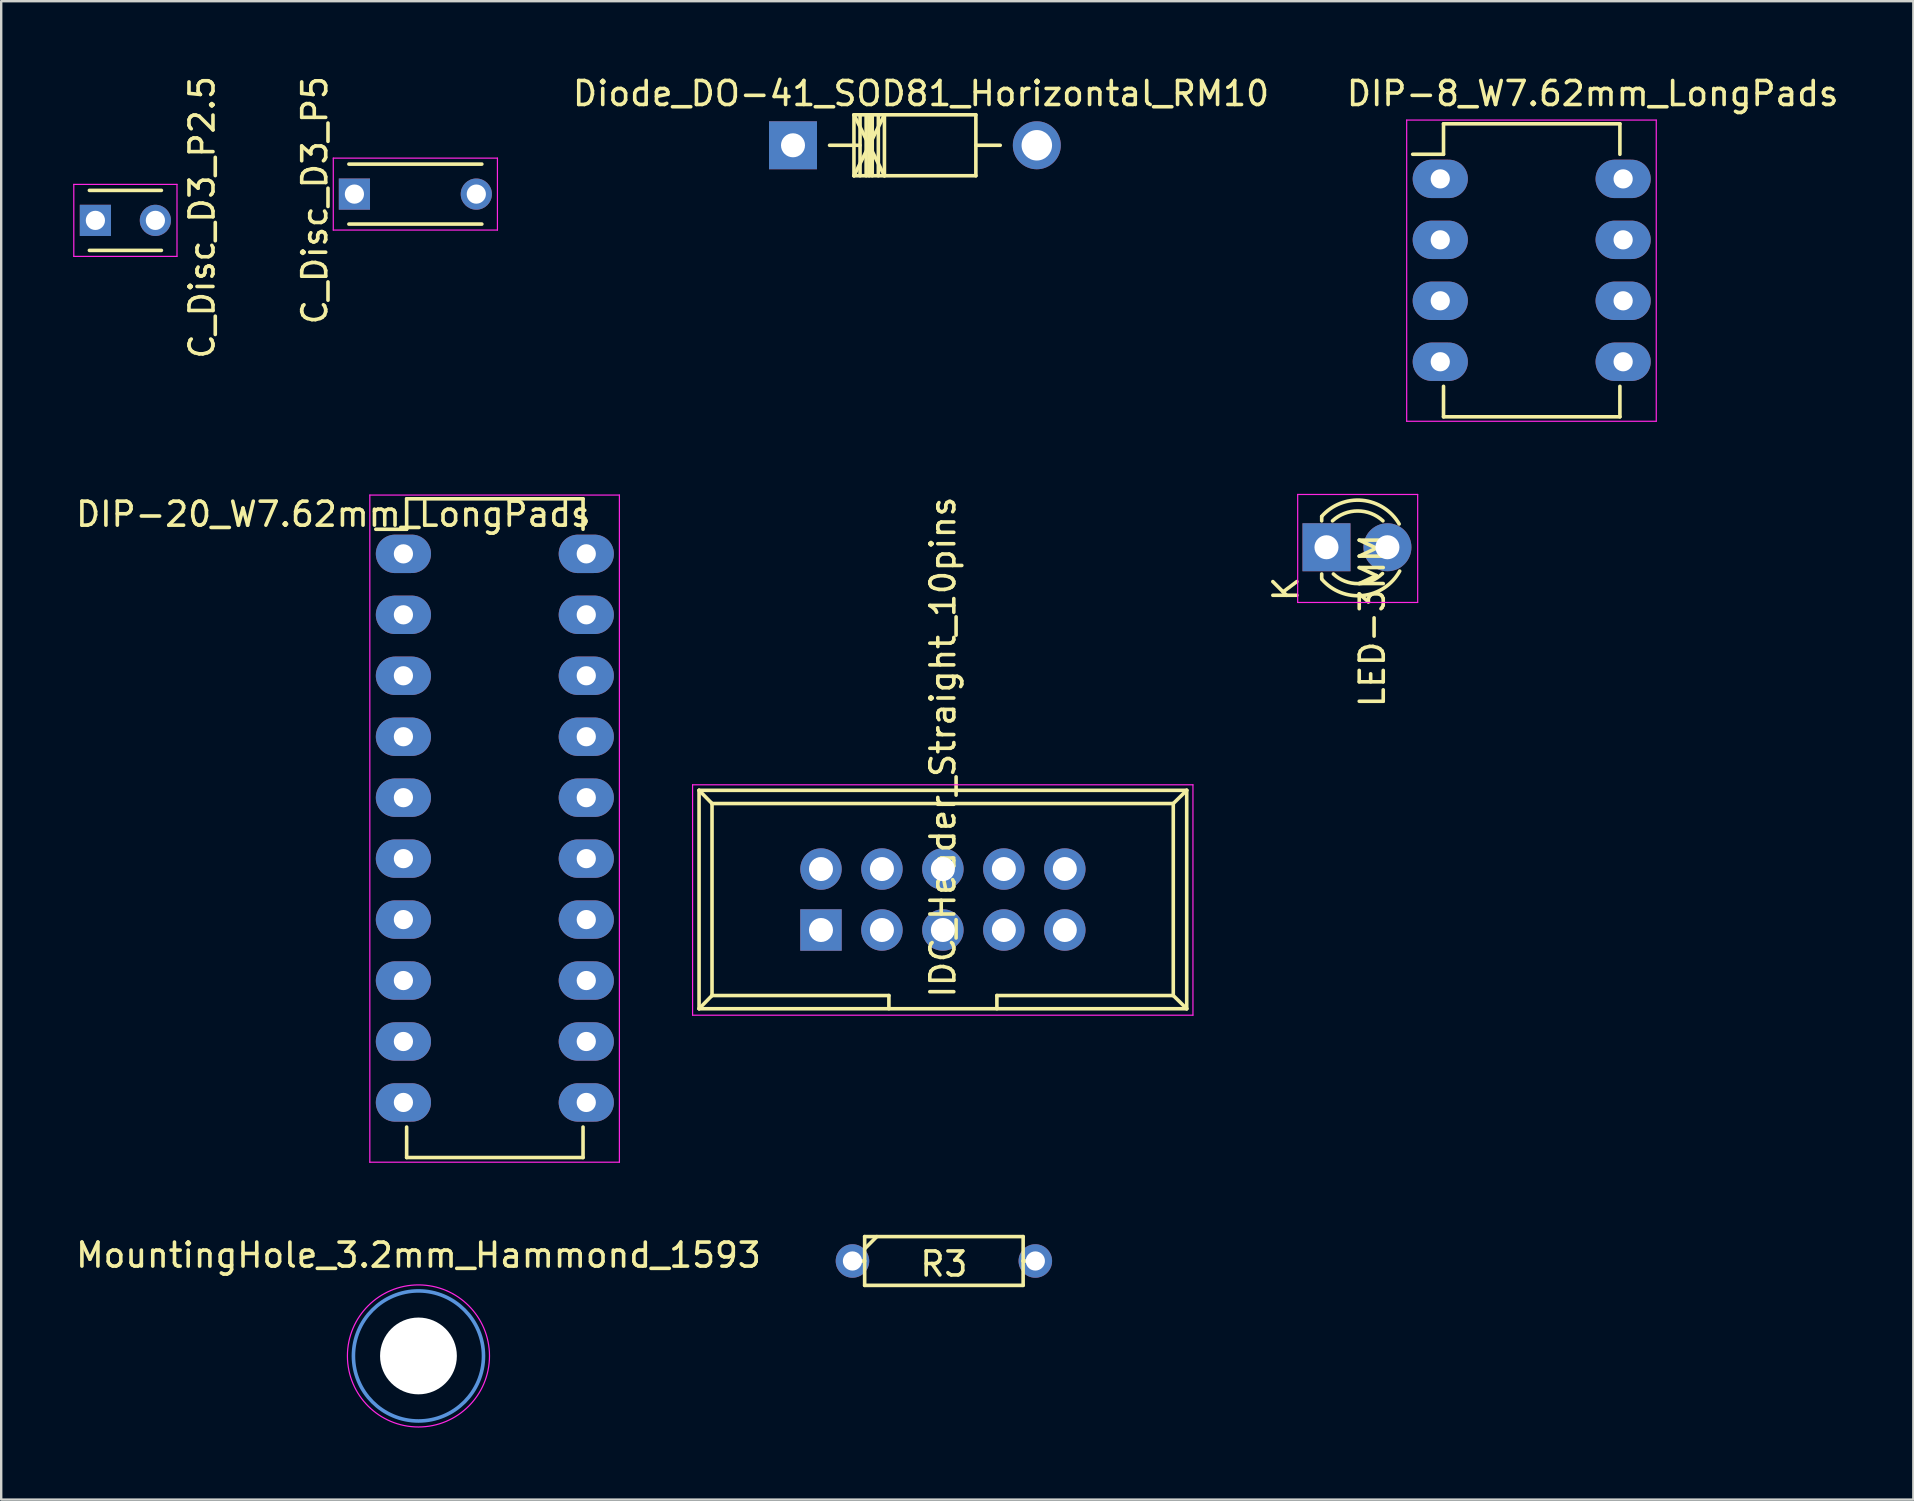
<source format=kicad_pcb>
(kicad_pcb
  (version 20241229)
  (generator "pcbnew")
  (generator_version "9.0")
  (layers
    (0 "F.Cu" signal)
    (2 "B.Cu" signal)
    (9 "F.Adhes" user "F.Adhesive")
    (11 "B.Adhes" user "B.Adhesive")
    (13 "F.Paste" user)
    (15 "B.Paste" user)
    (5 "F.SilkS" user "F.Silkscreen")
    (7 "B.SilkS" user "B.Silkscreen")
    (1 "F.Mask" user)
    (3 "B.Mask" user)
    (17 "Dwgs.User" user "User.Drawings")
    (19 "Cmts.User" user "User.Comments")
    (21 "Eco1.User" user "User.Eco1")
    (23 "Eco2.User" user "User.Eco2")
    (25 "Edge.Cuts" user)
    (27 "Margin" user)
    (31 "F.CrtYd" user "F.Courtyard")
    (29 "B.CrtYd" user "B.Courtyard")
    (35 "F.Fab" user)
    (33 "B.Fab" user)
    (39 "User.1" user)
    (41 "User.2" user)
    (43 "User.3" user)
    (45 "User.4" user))
  (footprint "R3"
    (layer "F.Cu")
    (at 36.282 49.495)
    (property "Reference" "R3" (at 0 0.127 0) (layer "F.SilkS") (effects (font (size 1 1) (thickness 0.15))))
    (attr through_hole)
    (fp_line (start -3.81 0) (end -3.302 0) (stroke (width 0.15) (type solid)) (layer "F.SilkS"))
    (fp_line (start -3.302 -1.016) (end -3.302 1.016) (stroke (width 0.15) (type solid)) (layer "F.SilkS"))
    (fp_line (start -3.302 -0.508) (end -2.794 -1.016) (stroke (width 0.15) (type solid)) (layer "F.SilkS"))
    (fp_line (start -3.302 1.016) (end 3.302 1.016) (stroke (width 0.15) (type solid)) (layer "F.SilkS"))
    (fp_line (start 3.302 -1.016) (end -3.302 -1.016) (stroke (width 0.15) (type solid)) (layer "F.SilkS"))
    (fp_line (start 3.302 0) (end 3.302 -1.016) (stroke (width 0.15) (type solid)) (layer "F.SilkS"))
    (fp_line (start 3.302 1.016) (end 3.302 0) (stroke (width 0.15) (type solid)) (layer "F.SilkS"))
    (fp_line (start 3.81 0) (end 3.302 0) (stroke (width 0.15) (type solid)) (layer "F.SilkS"))
    (pad "1" thru_hole circle (at -3.81 0) (size 1.397 1.397) (drill 0.8) (layers "*.Cu" "*.Mask"))
    (pad "2" thru_hole circle (at 3.81 0) (size 1.397 1.397) (drill 0.8) (layers "*.Cu" "*.Mask")))
  (footprint "C_Disc_D3_P5"
    (layer "F.Cu")
    (at 14.258 5.038)
    (property "Reference" "C_Disc_D3_P5" (at -4.191 0.254 90) (layer "F.SilkS") (effects (font (size 1 1) (thickness 0.15))))
    (attr through_hole)
    (fp_line (start -2.77 -1.25) (end 2.77 -1.25) (stroke (width 0.15) (type solid)) (layer "F.SilkS"))
    (fp_line (start 2.77 1.25) (end -2.77 1.25) (stroke (width 0.15) (type solid)) (layer "F.SilkS"))
    (fp_line (start -3.42 -1.5) (end 3.42 -1.5) (stroke (width 0.05) (type solid)) (layer "F.CrtYd"))
    (fp_line (start -3.42 1.5) (end -3.42 -1.5) (stroke (width 0.05) (type solid)) (layer "F.CrtYd"))
    (fp_line (start 3.42 -1.5) (end 3.42 1.5) (stroke (width 0.05) (type solid)) (layer "F.CrtYd"))
    (fp_line (start 3.42 1.5) (end -3.42 1.5) (stroke (width 0.05) (type solid)) (layer "F.CrtYd"))
    (pad "1" thru_hole rect (at -2.54 0) (size 1.3 1.3) (drill 0.8) (layers "*.Cu" "*.Mask"))
    (pad "2" thru_hole circle (at 2.54 0) (size 1.3 1.3) (drill 0.8) (layers "*.Cu" "*.Mask")))
  (footprint "IDC_Header_Straight_10pins"
    (layer "F.Cu")
    (at 31.16 35.703)
    (property "Reference" "IDC_Header_Straight_10pins" (at 5.08 -7.62 270) (layer "F.SilkS") (effects (font (size 1 1) (thickness 0.15))))
    (attr through_hole)
    (fp_line (start -5.08 -5.82) (end -5.08 3.28) (stroke (width 0.15) (type solid)) (layer "F.SilkS"))
    (fp_line (start -5.08 -5.82) (end -4.54 -5.27) (stroke (width 0.15) (type solid)) (layer "F.SilkS"))
    (fp_line (start -5.08 -5.82) (end 15.24 -5.82) (stroke (width 0.15) (type solid)) (layer "F.SilkS"))
    (fp_line (start -5.08 3.28) (end -4.54 2.73) (stroke (width 0.15) (type solid)) (layer "F.SilkS"))
    (fp_line (start -5.08 3.28) (end 15.24 3.28) (stroke (width 0.15) (type solid)) (layer "F.SilkS"))
    (fp_line (start -4.54 -5.27) (end -4.54 2.73) (stroke (width 0.15) (type solid)) (layer "F.SilkS"))
    (fp_line (start -4.54 -5.27) (end 14.68 -5.27) (stroke (width 0.15) (type solid)) (layer "F.SilkS"))
    (fp_line (start -4.54 2.73) (end 2.83 2.73) (stroke (width 0.15) (type solid)) (layer "F.SilkS"))
    (fp_line (start 2.83 2.73) (end 2.83 3.28) (stroke (width 0.15) (type solid)) (layer "F.SilkS"))
    (fp_line (start 7.33 2.73) (end 7.33 3.28) (stroke (width 0.15) (type solid)) (layer "F.SilkS"))
    (fp_line (start 7.33 2.73) (end 14.68 2.73) (stroke (width 0.15) (type solid)) (layer "F.SilkS"))
    (fp_line (start 14.68 -5.27) (end 14.68 2.73) (stroke (width 0.15) (type solid)) (layer "F.SilkS"))
    (fp_line (start 15.24 -5.82) (end 14.68 -5.27) (stroke (width 0.15) (type solid)) (layer "F.SilkS"))
    (fp_line (start 15.24 -5.82) (end 15.24 3.28) (stroke (width 0.15) (type solid)) (layer "F.SilkS"))
    (fp_line (start 15.24 3.28) (end 14.68 2.73) (stroke (width 0.15) (type solid)) (layer "F.SilkS"))
    (fp_line (start -5.35 -6.05) (end 15.5 -6.05) (stroke (width 0.05) (type solid)) (layer "F.CrtYd"))
    (fp_line (start -5.35 3.55) (end -5.35 -6.05) (stroke (width 0.05) (type solid)) (layer "F.CrtYd"))
    (fp_line (start 15.5 -6.05) (end 15.5 3.55) (stroke (width 0.05) (type solid)) (layer "F.CrtYd"))
    (fp_line (start 15.5 3.55) (end -5.35 3.55) (stroke (width 0.05) (type solid)) (layer "F.CrtYd"))
    (pad "1" thru_hole rect (at 0 0 270) (size 1.727 1.727) (drill 1) (layers "*.Cu" "*.Mask"))
    (pad "2" thru_hole oval (at 0 -2.54 270) (size 1.727 1.727) (drill 1) (layers "*.Cu" "*.Mask"))
    (pad "3" thru_hole oval (at 2.54 0 270) (size 1.727 1.727) (drill 1) (layers "*.Cu" "*.Mask"))
    (pad "4" thru_hole oval (at 2.54 -2.54 270) (size 1.727 1.727) (drill 1) (layers "*.Cu" "*.Mask"))
    (pad "5" thru_hole oval (at 5.08 0 270) (size 1.727 1.727) (drill 1) (layers "*.Cu" "*.Mask"))
    (pad "6" thru_hole oval (at 5.08 -2.54 270) (size 1.727 1.727) (drill 1) (layers "*.Cu" "*.Mask"))
    (pad "7" thru_hole oval (at 7.62 0 270) (size 1.727 1.727) (drill 1) (layers "*.Cu" "*.Mask"))
    (pad "8" thru_hole oval (at 7.62 -2.54 270) (size 1.727 1.727) (drill 1) (layers "*.Cu" "*.Mask"))
    (pad "9" thru_hole oval (at 10.16 0 270) (size 1.727 1.727) (drill 1) (layers "*.Cu" "*.Mask"))
    (pad "10" thru_hole oval (at 10.16 -2.54 270) (size 1.727 1.727) (drill 1) (layers "*.Cu" "*.Mask")))
  (footprint "LED-3MM"
    (layer "F.Cu")
    (at 52.224 19.754)
    (property "Reference" "LED-3MM" (at 1.91 3.06 90) (layer "F.SilkS") (effects (font (size 1 1) (thickness 0.15))))
    (attr through_hole)
    (fp_line (start -0.199 -1.28) (end -0.199 -1.1) (stroke (width 0.15) (type solid)) (layer "F.SilkS"))
    (fp_line (start -0.199 1.314) (end -0.199 1.114) (stroke (width 0.15) (type solid)) (layer "F.SilkS"))
    (fp_arc (start -0.199 -1.286) (mid 1.495903 -1.954571) (end 3.028744 -0.969643) (stroke (width 0.15) (type solid)) (layer "F.SilkS"))
    (fp_arc (start 0.25 -1.1) (mid 1.301686 -1.512142) (end 2.353005 -1.099067) (stroke (width 0.15) (type solid)) (layer "F.SilkS"))
    (fp_arc (start 2.335 1.094) (mid 1.31492 1.51473) (end 0.287111 1.113252) (stroke (width 0.15) (type solid)) (layer "F.SilkS"))
    (fp_arc (start 3.051 0.994) (mid 1.522637 2.009958) (end -0.18622 1.340726) (stroke (width 0.15) (type solid)) (layer "F.SilkS"))
    (fp_line (start -1.2 -2.2) (end -1.2 2.3) (stroke (width 0.05) (type solid)) (layer "F.CrtYd"))
    (fp_line (start -1.2 2.3) (end 3.8 2.3) (stroke (width 0.05) (type solid)) (layer "F.CrtYd"))
    (fp_line (start 3.8 -2.2) (end -1.2 -2.2) (stroke (width 0.05) (type solid)) (layer "F.CrtYd"))
    (fp_line (start 3.8 2.3) (end 3.8 -2.2) (stroke (width 0.05) (type solid)) (layer "F.CrtYd"))
    (fp_text user "K" (at -1.69 1.74 90) (layer "F.SilkS") (effects (font (size 1 1) (thickness 0.15))))
    (pad "1" thru_hole rect (at 0 0 180) (size 2 2) (drill 1.001) (layers "*.Cu" "*.Mask"))
    (pad "2" thru_hole circle (at 2.54 0 90) (size 2 2) (drill 1.001) (layers "*.Cu" "*.Mask")))
  (footprint "DIP-20_W7.62mm_LongPads"
    (layer "F.Cu")
    (at 13.76 20.029)
    (property "Reference" "DIP-20_W7.62mm_LongPads" (at -2.921 -1.651 180) (layer "F.SilkS") (effects (font (size 1 1) (thickness 0.15))))
    (attr through_hole)
    (fp_line (start 0.135 -2.295) (end 0.135 -1.025) (stroke (width 0.15) (type solid)) (layer "F.SilkS"))
    (fp_line (start 0.135 -2.295) (end 7.485 -2.295) (stroke (width 0.15) (type solid)) (layer "F.SilkS"))
    (fp_line (start 0.135 -1.025) (end -1.15 -1.025) (stroke (width 0.15) (type solid)) (layer "F.SilkS"))
    (fp_line (start 0.135 25.155) (end 0.135 23.885) (stroke (width 0.15) (type solid)) (layer "F.SilkS"))
    (fp_line (start 0.135 25.155) (end 7.485 25.155) (stroke (width 0.15) (type solid)) (layer "F.SilkS"))
    (fp_line (start 7.485 -2.295) (end 7.485 -1.025) (stroke (width 0.15) (type solid)) (layer "F.SilkS"))
    (fp_line (start 7.485 25.155) (end 7.485 23.885) (stroke (width 0.15) (type solid)) (layer "F.SilkS"))
    (fp_line (start -1.4 -2.45) (end -1.4 25.35) (stroke (width 0.05) (type solid)) (layer "F.CrtYd"))
    (fp_line (start -1.4 -2.45) (end 9 -2.45) (stroke (width 0.05) (type solid)) (layer "F.CrtYd"))
    (fp_line (start -1.4 25.35) (end 9 25.35) (stroke (width 0.05) (type solid)) (layer "F.CrtYd"))
    (fp_line (start 9 -2.45) (end 9 25.35) (stroke (width 0.05) (type solid)) (layer "F.CrtYd"))
    (pad "1" thru_hole oval (at 0 0 180) (size 2.3 1.6) (drill 0.8) (layers "*.Cu" "*.Mask"))
    (pad "2" thru_hole oval (at 0 2.54 180) (size 2.3 1.6) (drill 0.8) (layers "*.Cu" "*.Mask"))
    (pad "3" thru_hole oval (at 0 5.08 180) (size 2.3 1.6) (drill 0.8) (layers "*.Cu" "*.Mask"))
    (pad "4" thru_hole oval (at 0 7.62 180) (size 2.3 1.6) (drill 0.8) (layers "*.Cu" "*.Mask"))
    (pad "5" thru_hole oval (at 0 10.16 180) (size 2.3 1.6) (drill 0.8) (layers "*.Cu" "*.Mask"))
    (pad "6" thru_hole oval (at 0 12.7 180) (size 2.3 1.6) (drill 0.8) (layers "*.Cu" "*.Mask"))
    (pad "7" thru_hole oval (at 0 15.24 180) (size 2.3 1.6) (drill 0.8) (layers "*.Cu" "*.Mask"))
    (pad "8" thru_hole oval (at 0 17.78 180) (size 2.3 1.6) (drill 0.8) (layers "*.Cu" "*.Mask"))
    (pad "9" thru_hole oval (at 0 20.32 180) (size 2.3 1.6) (drill 0.8) (layers "*.Cu" "*.Mask"))
    (pad "10" thru_hole oval (at 0 22.86 180) (size 2.3 1.6) (drill 0.8) (layers "*.Cu" "*.Mask"))
    (pad "11" thru_hole oval (at 7.62 22.86 180) (size 2.3 1.6) (drill 0.8) (layers "*.Cu" "*.Mask"))
    (pad "12" thru_hole oval (at 7.62 20.32 180) (size 2.3 1.6) (drill 0.8) (layers "*.Cu" "*.Mask"))
    (pad "13" thru_hole oval (at 7.62 17.78 180) (size 2.3 1.6) (drill 0.8) (layers "*.Cu" "*.Mask"))
    (pad "14" thru_hole oval (at 7.62 15.24 180) (size 2.3 1.6) (drill 0.8) (layers "*.Cu" "*.Mask"))
    (pad "15" thru_hole oval (at 7.62 12.7 180) (size 2.3 1.6) (drill 0.8) (layers "*.Cu" "*.Mask"))
    (pad "16" thru_hole oval (at 7.62 10.16 180) (size 2.3 1.6) (drill 0.8) (layers "*.Cu" "*.Mask"))
    (pad "17" thru_hole oval (at 7.62 7.62 180) (size 2.3 1.6) (drill 0.8) (layers "*.Cu" "*.Mask"))
    (pad "18" thru_hole oval (at 7.62 5.08 180) (size 2.3 1.6) (drill 0.8) (layers "*.Cu" "*.Mask"))
    (pad "19" thru_hole oval (at 7.62 2.54 180) (size 2.3 1.6) (drill 0.8) (layers "*.Cu" "*.Mask"))
    (pad "20" thru_hole oval (at 7.62 0 180) (size 2.3 1.6) (drill 0.8) (layers "*.Cu" "*.Mask")))
  (footprint "C_Disc_D3_P2.5"
    (layer "F.Cu")
    (at 0.925 6.133)
    (property "Reference" "C_Disc_D3_P2.5" (at 4.445 -0.127 90) (layer "F.SilkS") (effects (font (size 1 1) (thickness 0.15))))
    (attr through_hole)
    (fp_line (start -0.25 -1.25) (end 2.75 -1.25) (stroke (width 0.15) (type solid)) (layer "F.SilkS"))
    (fp_line (start 2.75 1.25) (end -0.25 1.25) (stroke (width 0.15) (type solid)) (layer "F.SilkS"))
    (fp_line (start -0.9 -1.5) (end 3.4 -1.5) (stroke (width 0.05) (type solid)) (layer "F.CrtYd"))
    (fp_line (start -0.9 1.5) (end -0.9 -1.5) (stroke (width 0.05) (type solid)) (layer "F.CrtYd"))
    (fp_line (start 3.4 -1.5) (end 3.4 1.5) (stroke (width 0.05) (type solid)) (layer "F.CrtYd"))
    (fp_line (start 3.4 1.5) (end -0.9 1.5) (stroke (width 0.05) (type solid)) (layer "F.CrtYd"))
    (pad "1" thru_hole rect (at 0 0) (size 1.3 1.3) (drill 0.8) (layers "*.Cu" "*.Mask"))
    (pad "2" thru_hole circle (at 2.5 0) (size 1.3 1.3) (drill 0.8) (layers "*.Cu" "*.Mask")))
  (footprint "MountingHole_3.2mm_Hammond_1593"
    (layer "F.Cu")
    (at 14.387 53.452)
    (property "Reference" "MountingHole_3.2mm_Hammond_1593" (at 0 -4.2 0) (layer "F.SilkS") (effects (font (size 1 1) (thickness 0.15))))
    (attr through_hole)
    (fp_circle (center 0 0) (end 2.71 0) (stroke (width 0.15) (type solid)) (fill no) (layer "Cmts.User"))
    (fp_circle (center 0 0) (end 2.96 0) (stroke (width 0.05) (type solid)) (fill no) (layer "F.CrtYd"))
    (pad "" np_thru_hole circle (at 0 0) (size 3.2 3.2) (drill 3.2) (layers "*.Cu" "*.Mask")))
  (footprint "Diode_DO-41_SOD81_Horizontal_RM10"
    (layer "F.Cu")
    (at 29.994 3.007)
    (property "Reference" "Diode_DO-41_SOD81_Horizontal_RM10" (at 5.334 -2.159 0) (layer "F.SilkS") (effects (font (size 1 1) (thickness 0.15))))
    (attr through_hole)
    (fp_line (start 2.54 -1.273) (end 3.81 1.267) (stroke (width 0.15) (type solid)) (layer "F.SilkS"))
    (fp_line (start 2.54 -1.273) (end 7.62 -1.273) (stroke (width 0.15) (type solid)) (layer "F.SilkS"))
    (fp_line (start 2.54 1.267) (end 2.54 -1.273) (stroke (width 0.15) (type solid)) (layer "F.SilkS"))
    (fp_line (start 2.794 -1.273) (end 2.794 1.267) (stroke (width 0.15) (type solid)) (layer "F.SilkS"))
    (fp_line (start 2.794 -0.003) (end 1.524 -0.003) (stroke (width 0.15) (type solid)) (layer "F.SilkS"))
    (fp_line (start 3.048 -1.273) (end 3.048 1.267) (stroke (width 0.15) (type solid)) (layer "F.SilkS"))
    (fp_line (start 3.175 -1.273) (end 3.175 1.267) (stroke (width 0.15) (type solid)) (layer "F.SilkS"))
    (fp_line (start 3.302 -1.273) (end 3.302 1.267) (stroke (width 0.15) (type solid)) (layer "F.SilkS"))
    (fp_line (start 3.556 -1.273) (end 3.556 1.267) (stroke (width 0.15) (type solid)) (layer "F.SilkS"))
    (fp_line (start 3.81 -1.273) (end 2.54 1.267) (stroke (width 0.15) (type solid)) (layer "F.SilkS"))
    (fp_line (start 3.81 -1.273) (end 3.81 1.267) (stroke (width 0.15) (type solid)) (layer "F.SilkS"))
    (fp_line (start 7.62 -1.273) (end 7.62 1.267) (stroke (width 0.15) (type solid)) (layer "F.SilkS"))
    (fp_line (start 7.62 -0.003) (end 8.636 -0.003) (stroke (width 0.15) (type solid)) (layer "F.SilkS"))
    (fp_line (start 7.62 1.267) (end 2.54 1.267) (stroke (width 0.15) (type solid)) (layer "F.SilkS"))
    (pad "1" thru_hole rect (at 0 -0.003 180) (size 1.999 1.999) (drill 1.001) (layers "*.Cu" "*.Mask"))
    (pad "2" thru_hole circle (at 10.16 -0.003 180) (size 1.999 1.999) (drill 1.27) (layers "*.Cu" "*.Mask")))
  (footprint "DIP-8_W7.62mm_LongPads"
    (layer "F.Cu")
    (at 56.966 4.404)
    (property "Reference" "DIP-8_W7.62mm_LongPads" (at 6.35 -3.556 180) (layer "F.SilkS") (effects (font (size 1 1) (thickness 0.15))))
    (attr through_hole)
    (fp_line (start 0.135 -2.295) (end 0.135 -1.025) (stroke (width 0.15) (type solid)) (layer "F.SilkS"))
    (fp_line (start 0.135 -2.295) (end 7.485 -2.295) (stroke (width 0.15) (type solid)) (layer "F.SilkS"))
    (fp_line (start 0.135 -1.025) (end -1.15 -1.025) (stroke (width 0.15) (type solid)) (layer "F.SilkS"))
    (fp_line (start 0.135 9.915) (end 0.135 8.645) (stroke (width 0.15) (type solid)) (layer "F.SilkS"))
    (fp_line (start 0.135 9.915) (end 7.485 9.915) (stroke (width 0.15) (type solid)) (layer "F.SilkS"))
    (fp_line (start 7.485 -2.295) (end 7.485 -1.025) (stroke (width 0.15) (type solid)) (layer "F.SilkS"))
    (fp_line (start 7.485 9.915) (end 7.485 8.645) (stroke (width 0.15) (type solid)) (layer "F.SilkS"))
    (fp_line (start -1.4 -2.45) (end -1.4 10.1) (stroke (width 0.05) (type solid)) (layer "F.CrtYd"))
    (fp_line (start -1.4 -2.45) (end 9 -2.45) (stroke (width 0.05) (type solid)) (layer "F.CrtYd"))
    (fp_line (start -1.4 10.1) (end 9 10.1) (stroke (width 0.05) (type solid)) (layer "F.CrtYd"))
    (fp_line (start 9 -2.45) (end 9 10.1) (stroke (width 0.05) (type solid)) (layer "F.CrtYd"))
    (pad "1" thru_hole oval (at 0 0) (size 2.3 1.6) (drill 0.8) (layers "*.Cu" "*.Mask"))
    (pad "2" thru_hole oval (at 0 2.54) (size 2.3 1.6) (drill 0.8) (layers "*.Cu" "*.Mask"))
    (pad "3" thru_hole oval (at 0 5.08) (size 2.3 1.6) (drill 0.8) (layers "*.Cu" "*.Mask"))
    (pad "4" thru_hole oval (at 0 7.62) (size 2.3 1.6) (drill 0.8) (layers "*.Cu" "*.Mask"))
    (pad "5" thru_hole oval (at 7.62 7.62) (size 2.3 1.6) (drill 0.8) (layers "*.Cu" "*.Mask"))
    (pad "6" thru_hole oval (at 7.62 5.08) (size 2.3 1.6) (drill 0.8) (layers "*.Cu" "*.Mask"))
    (pad "7" thru_hole oval (at 7.62 2.54) (size 2.3 1.6) (drill 0.8) (layers "*.Cu" "*.Mask"))
    (pad "8" thru_hole oval (at 7.62 0) (size 2.3 1.6) (drill 0.8) (layers "*.Cu" "*.Mask")))
  (gr_rect
    (start -3 -3)
    (end 76.679 59.437)
    (stroke (width 0.1) (type default))
    (fill no)
    (layer "Edge.Cuts")))
</source>
